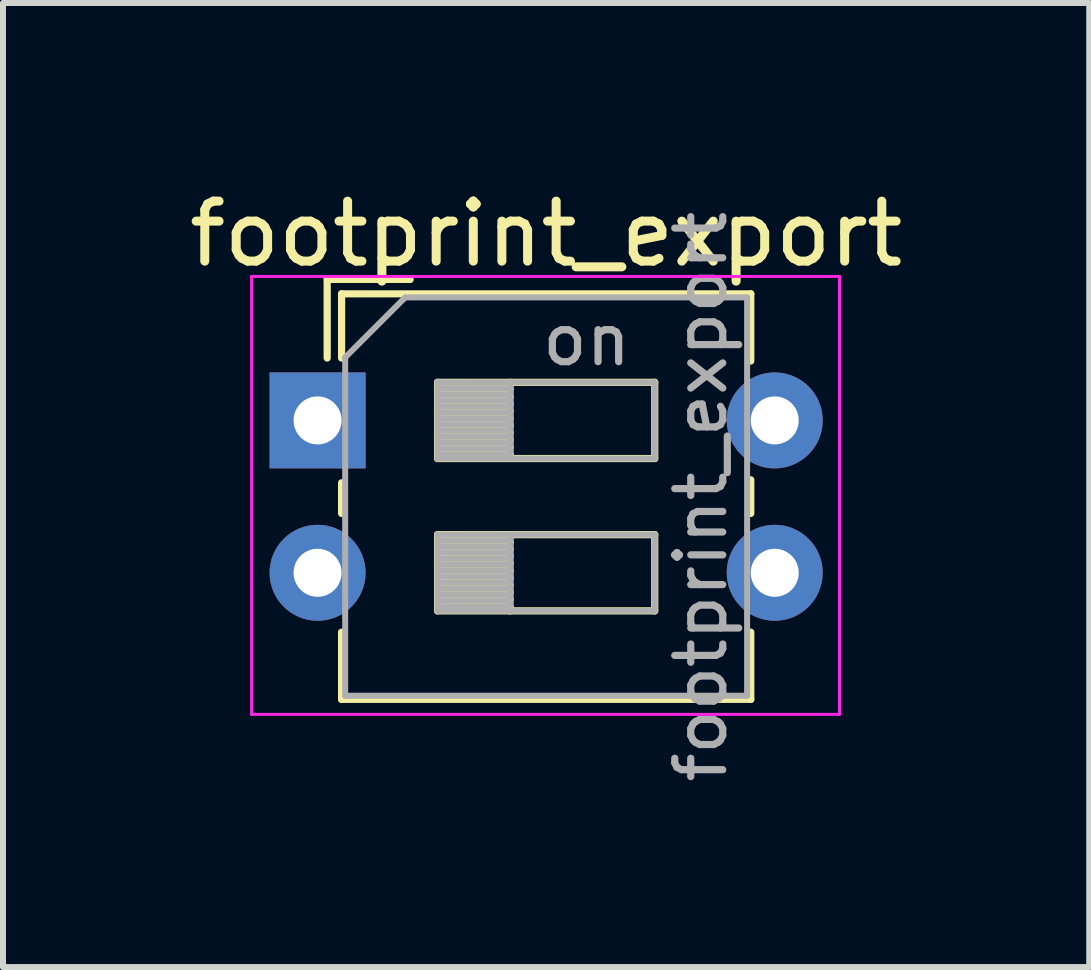
<source format=kicad_pcb>
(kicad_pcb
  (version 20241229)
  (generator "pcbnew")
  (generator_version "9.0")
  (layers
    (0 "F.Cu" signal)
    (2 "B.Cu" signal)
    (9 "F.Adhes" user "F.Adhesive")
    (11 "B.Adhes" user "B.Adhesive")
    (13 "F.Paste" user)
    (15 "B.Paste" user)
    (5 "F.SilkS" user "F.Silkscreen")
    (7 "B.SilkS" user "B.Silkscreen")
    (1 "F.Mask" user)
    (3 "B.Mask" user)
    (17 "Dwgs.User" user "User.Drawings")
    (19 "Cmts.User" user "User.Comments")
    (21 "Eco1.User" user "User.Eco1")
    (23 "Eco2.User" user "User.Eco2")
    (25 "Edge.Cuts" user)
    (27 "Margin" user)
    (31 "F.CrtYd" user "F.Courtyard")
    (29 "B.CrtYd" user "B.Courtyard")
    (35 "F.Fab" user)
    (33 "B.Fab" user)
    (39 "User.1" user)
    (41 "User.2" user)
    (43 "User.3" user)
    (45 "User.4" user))
  (footprint "footprint_export"
    (layer "F.Cu")
    (at 2.244 3.958)
    (property "Reference" "footprint_export" (at 3.81 -3.11 0) (layer "F.SilkS") (effects (font (size 1 1) (thickness 0.15))))
    (attr through_hole)
    (fp_line (start 0.16 -2.35) (end 0.16 -1.04) (stroke (width 0.12) (type solid)) (layer "F.SilkS"))
    (fp_line (start 0.16 -2.35) (end 1.543 -2.35) (stroke (width 0.12) (type solid)) (layer "F.SilkS"))
    (fp_line (start 0.4 -2.11) (end 0.4 -1.04) (stroke (width 0.12) (type solid)) (layer "F.SilkS"))
    (fp_line (start 0.4 -2.11) (end 7.221 -2.11) (stroke (width 0.12) (type solid)) (layer "F.SilkS"))
    (fp_line (start 0.4 1.04) (end 0.4 1.551) (stroke (width 0.12) (type solid)) (layer "F.SilkS"))
    (fp_line (start 0.4 3.53) (end 0.4 4.65) (stroke (width 0.12) (type solid)) (layer "F.SilkS"))
    (fp_line (start 0.4 4.65) (end 7.221 4.65) (stroke (width 0.12) (type solid)) (layer "F.SilkS"))
    (fp_line (start 2 -0.635) (end 2 0.635) (stroke (width 0.12) (type solid)) (layer "F.SilkS"))
    (fp_line (start 2 -0.515) (end 3.207 -0.515) (stroke (width 0.12) (type solid)) (layer "F.SilkS"))
    (fp_line (start 2 -0.395) (end 3.207 -0.395) (stroke (width 0.12) (type solid)) (layer "F.SilkS"))
    (fp_line (start 2 -0.275) (end 3.207 -0.275) (stroke (width 0.12) (type solid)) (layer "F.SilkS"))
    (fp_line (start 2 -0.155) (end 3.207 -0.155) (stroke (width 0.12) (type solid)) (layer "F.SilkS"))
    (fp_line (start 2 -0.035) (end 3.207 -0.035) (stroke (width 0.12) (type solid)) (layer "F.SilkS"))
    (fp_line (start 2 0.085) (end 3.207 0.085) (stroke (width 0.12) (type solid)) (layer "F.SilkS"))
    (fp_line (start 2 0.205) (end 3.207 0.205) (stroke (width 0.12) (type solid)) (layer "F.SilkS"))
    (fp_line (start 2 0.325) (end 3.207 0.325) (stroke (width 0.12) (type solid)) (layer "F.SilkS"))
    (fp_line (start 2 0.445) (end 3.207 0.445) (stroke (width 0.12) (type solid)) (layer "F.SilkS"))
    (fp_line (start 2 0.565) (end 3.207 0.565) (stroke (width 0.12) (type solid)) (layer "F.SilkS"))
    (fp_line (start 2 0.635) (end 5.62 0.635) (stroke (width 0.12) (type solid)) (layer "F.SilkS"))
    (fp_line (start 2 1.905) (end 2 3.175) (stroke (width 0.12) (type solid)) (layer "F.SilkS"))
    (fp_line (start 2 2.025) (end 3.207 2.025) (stroke (width 0.12) (type solid)) (layer "F.SilkS"))
    (fp_line (start 2 2.145) (end 3.207 2.145) (stroke (width 0.12) (type solid)) (layer "F.SilkS"))
    (fp_line (start 2 2.265) (end 3.207 2.265) (stroke (width 0.12) (type solid)) (layer "F.SilkS"))
    (fp_line (start 2 2.385) (end 3.207 2.385) (stroke (width 0.12) (type solid)) (layer "F.SilkS"))
    (fp_line (start 2 2.505) (end 3.207 2.505) (stroke (width 0.12) (type solid)) (layer "F.SilkS"))
    (fp_line (start 2 2.625) (end 3.207 2.625) (stroke (width 0.12) (type solid)) (layer "F.SilkS"))
    (fp_line (start 2 2.745) (end 3.207 2.745) (stroke (width 0.12) (type solid)) (layer "F.SilkS"))
    (fp_line (start 2 2.865) (end 3.207 2.865) (stroke (width 0.12) (type solid)) (layer "F.SilkS"))
    (fp_line (start 2 2.985) (end 3.207 2.985) (stroke (width 0.12) (type solid)) (layer "F.SilkS"))
    (fp_line (start 2 3.105) (end 3.207 3.105) (stroke (width 0.12) (type solid)) (layer "F.SilkS"))
    (fp_line (start 2 3.175) (end 5.62 3.175) (stroke (width 0.12) (type solid)) (layer "F.SilkS"))
    (fp_line (start 3.207 -0.635) (end 3.207 0.635) (stroke (width 0.12) (type solid)) (layer "F.SilkS"))
    (fp_line (start 3.207 1.905) (end 3.207 3.175) (stroke (width 0.12) (type solid)) (layer "F.SilkS"))
    (fp_line (start 5.62 -0.635) (end 2 -0.635) (stroke (width 0.12) (type solid)) (layer "F.SilkS"))
    (fp_line (start 5.62 0.635) (end 5.62 -0.635) (stroke (width 0.12) (type solid)) (layer "F.SilkS"))
    (fp_line (start 5.62 1.905) (end 2 1.905) (stroke (width 0.12) (type solid)) (layer "F.SilkS"))
    (fp_line (start 5.62 3.175) (end 5.62 1.905) (stroke (width 0.12) (type solid)) (layer "F.SilkS"))
    (fp_line (start 7.221 -2.11) (end 7.221 -0.99) (stroke (width 0.12) (type solid)) (layer "F.SilkS"))
    (fp_line (start 7.221 0.99) (end 7.221 1.551) (stroke (width 0.12) (type solid)) (layer "F.SilkS"))
    (fp_line (start 7.221 3.53) (end 7.221 4.65) (stroke (width 0.12) (type solid)) (layer "F.SilkS"))
    (fp_line (start -1.1 -2.4) (end -1.1 4.9) (stroke (width 0.05) (type solid)) (layer "F.CrtYd"))
    (fp_line (start -1.1 4.9) (end 8.7 4.9) (stroke (width 0.05) (type solid)) (layer "F.CrtYd"))
    (fp_line (start 8.7 -2.4) (end -1.1 -2.4) (stroke (width 0.05) (type solid)) (layer "F.CrtYd"))
    (fp_line (start 8.7 4.9) (end 8.7 -2.4) (stroke (width 0.05) (type solid)) (layer "F.CrtYd"))
    (fp_line (start 0.46 -1.05) (end 1.46 -2.05) (stroke (width 0.1) (type solid)) (layer "F.Fab"))
    (fp_line (start 0.46 4.59) (end 0.46 -1.05) (stroke (width 0.1) (type solid)) (layer "F.Fab"))
    (fp_line (start 1.46 -2.05) (end 7.16 -2.05) (stroke (width 0.1) (type solid)) (layer "F.Fab"))
    (fp_line (start 2 -0.635) (end 2 0.635) (stroke (width 0.1) (type solid)) (layer "F.Fab"))
    (fp_line (start 2 -0.535) (end 3.207 -0.535) (stroke (width 0.1) (type solid)) (layer "F.Fab"))
    (fp_line (start 2 -0.435) (end 3.207 -0.435) (stroke (width 0.1) (type solid)) (layer "F.Fab"))
    (fp_line (start 2 -0.335) (end 3.207 -0.335) (stroke (width 0.1) (type solid)) (layer "F.Fab"))
    (fp_line (start 2 -0.235) (end 3.207 -0.235) (stroke (width 0.1) (type solid)) (layer "F.Fab"))
    (fp_line (start 2 -0.135) (end 3.207 -0.135) (stroke (width 0.1) (type solid)) (layer "F.Fab"))
    (fp_line (start 2 -0.035) (end 3.207 -0.035) (stroke (width 0.1) (type solid)) (layer "F.Fab"))
    (fp_line (start 2 0.065) (end 3.207 0.065) (stroke (width 0.1) (type solid)) (layer "F.Fab"))
    (fp_line (start 2 0.165) (end 3.207 0.165) (stroke (width 0.1) (type solid)) (layer "F.Fab"))
    (fp_line (start 2 0.265) (end 3.207 0.265) (stroke (width 0.1) (type solid)) (layer "F.Fab"))
    (fp_line (start 2 0.365) (end 3.207 0.365) (stroke (width 0.1) (type solid)) (layer "F.Fab"))
    (fp_line (start 2 0.465) (end 3.207 0.465) (stroke (width 0.1) (type solid)) (layer "F.Fab"))
    (fp_line (start 2 0.565) (end 3.207 0.565) (stroke (width 0.1) (type solid)) (layer "F.Fab"))
    (fp_line (start 2 0.635) (end 5.62 0.635) (stroke (width 0.1) (type solid)) (layer "F.Fab"))
    (fp_line (start 2 1.905) (end 2 3.175) (stroke (width 0.1) (type solid)) (layer "F.Fab"))
    (fp_line (start 2 2.005) (end 3.207 2.005) (stroke (width 0.1) (type solid)) (layer "F.Fab"))
    (fp_line (start 2 2.105) (end 3.207 2.105) (stroke (width 0.1) (type solid)) (layer "F.Fab"))
    (fp_line (start 2 2.205) (end 3.207 2.205) (stroke (width 0.1) (type solid)) (layer "F.Fab"))
    (fp_line (start 2 2.305) (end 3.207 2.305) (stroke (width 0.1) (type solid)) (layer "F.Fab"))
    (fp_line (start 2 2.405) (end 3.207 2.405) (stroke (width 0.1) (type solid)) (layer "F.Fab"))
    (fp_line (start 2 2.505) (end 3.207 2.505) (stroke (width 0.1) (type solid)) (layer "F.Fab"))
    (fp_line (start 2 2.605) (end 3.207 2.605) (stroke (width 0.1) (type solid)) (layer "F.Fab"))
    (fp_line (start 2 2.705) (end 3.207 2.705) (stroke (width 0.1) (type solid)) (layer "F.Fab"))
    (fp_line (start 2 2.805) (end 3.207 2.805) (stroke (width 0.1) (type solid)) (layer "F.Fab"))
    (fp_line (start 2 2.905) (end 3.207 2.905) (stroke (width 0.1) (type solid)) (layer "F.Fab"))
    (fp_line (start 2 3.005) (end 3.207 3.005) (stroke (width 0.1) (type solid)) (layer "F.Fab"))
    (fp_line (start 2 3.105) (end 3.207 3.105) (stroke (width 0.1) (type solid)) (layer "F.Fab"))
    (fp_line (start 2 3.175) (end 5.62 3.175) (stroke (width 0.1) (type solid)) (layer "F.Fab"))
    (fp_line (start 3.207 -0.635) (end 3.207 0.635) (stroke (width 0.1) (type solid)) (layer "F.Fab"))
    (fp_line (start 3.207 1.905) (end 3.207 3.175) (stroke (width 0.1) (type solid)) (layer "F.Fab"))
    (fp_line (start 5.62 -0.635) (end 2 -0.635) (stroke (width 0.1) (type solid)) (layer "F.Fab"))
    (fp_line (start 5.62 0.635) (end 5.62 -0.635) (stroke (width 0.1) (type solid)) (layer "F.Fab"))
    (fp_line (start 5.62 1.905) (end 2 1.905) (stroke (width 0.1) (type solid)) (layer "F.Fab"))
    (fp_line (start 5.62 3.175) (end 5.62 1.905) (stroke (width 0.1) (type solid)) (layer "F.Fab"))
    (fp_line (start 7.16 -2.05) (end 7.16 4.59) (stroke (width 0.1) (type solid)) (layer "F.Fab"))
    (fp_line (start 7.16 4.59) (end 0.46 4.59) (stroke (width 0.1) (type solid)) (layer "F.Fab"))
    (fp_text user "${REFERENCE}" (at 6.39 1.27 90) (layer "F.Fab") (effects (font (size 0.8 0.8) (thickness 0.12))))
    (fp_text user "on" (at 4.485 -1.343 0) (layer "F.Fab") (effects (font (size 0.8 0.8) (thickness 0.12))))
    (pad "1" thru_hole rect (at 0 0) (size 1.6 1.6) (drill 0.8) (layers "*.Cu" "*.Mask"))
    (pad "2" thru_hole oval (at 0 2.54) (size 1.6 1.6) (drill 0.8) (layers "*.Cu" "*.Mask"))
    (pad "3" thru_hole oval (at 7.62 2.54) (size 1.6 1.6) (drill 0.8) (layers "*.Cu" "*.Mask"))
    (pad "4" thru_hole oval (at 7.62 0) (size 1.6 1.6) (drill 0.8) (layers "*.Cu" "*.Mask")))
  (gr_rect
    (start -3 -3)
    (end 15.107 13.071)
    (stroke (width 0.1) (type default))
    (fill no)
    (layer "Edge.Cuts")))
</source>
